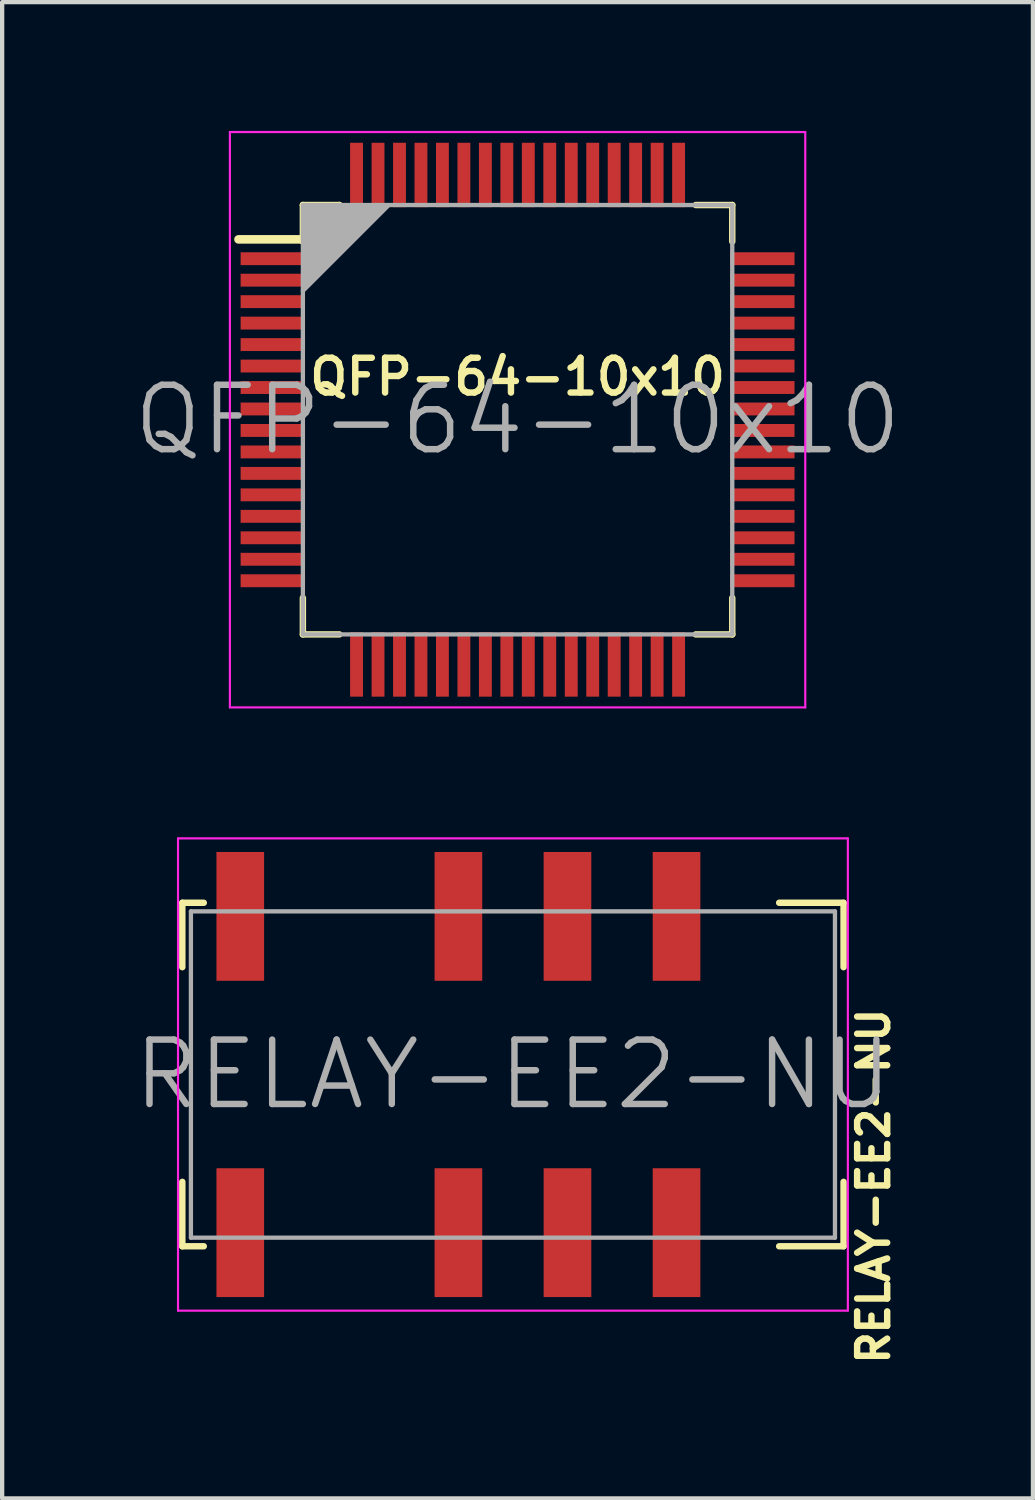
<source format=kicad_pcb>
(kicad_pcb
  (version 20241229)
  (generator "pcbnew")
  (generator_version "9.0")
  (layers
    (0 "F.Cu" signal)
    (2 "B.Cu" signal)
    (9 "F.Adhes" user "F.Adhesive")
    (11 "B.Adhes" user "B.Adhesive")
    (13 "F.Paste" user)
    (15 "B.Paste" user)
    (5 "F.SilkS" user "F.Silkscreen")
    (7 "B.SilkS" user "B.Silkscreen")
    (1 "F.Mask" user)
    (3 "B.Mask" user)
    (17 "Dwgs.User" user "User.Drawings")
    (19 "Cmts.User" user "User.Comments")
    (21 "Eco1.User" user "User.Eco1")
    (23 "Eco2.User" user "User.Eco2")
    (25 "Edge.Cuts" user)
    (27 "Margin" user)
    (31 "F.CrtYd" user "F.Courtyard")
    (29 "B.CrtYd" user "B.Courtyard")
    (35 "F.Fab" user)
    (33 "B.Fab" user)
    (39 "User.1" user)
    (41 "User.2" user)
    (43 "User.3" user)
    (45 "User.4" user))
  (footprint "RELAY-EE2-NU"
    (layer "F.Cu")
    (at 8.896 21.975)
    (property "Reference" "RELAY-EE2-NU" (at 8.4 2.6 90) (layer "F.SilkS") (effects (font (size 0.7 0.7) (thickness 0.15))))
    (attr through_hole)
    (fp_line (start -7.7 -4) (end -7.7 -2.5) (stroke (width 0.15) (type solid)) (layer "F.SilkS"))
    (fp_line (start -7.7 4) (end -7.7 2.5) (stroke (width 0.15) (type solid)) (layer "F.SilkS"))
    (fp_line (start -7.2 -4) (end -7.7 -4) (stroke (width 0.15) (type solid)) (layer "F.SilkS"))
    (fp_line (start -7.2 4) (end -7.7 4) (stroke (width 0.15) (type solid)) (layer "F.SilkS"))
    (fp_line (start 7.7 -4) (end 6.2 -4) (stroke (width 0.15) (type solid)) (layer "F.SilkS"))
    (fp_line (start 7.7 -4) (end 7.7 -2.5) (stroke (width 0.15) (type solid)) (layer "F.SilkS"))
    (fp_line (start 7.7 4) (end 6.2 4) (stroke (width 0.15) (type solid)) (layer "F.SilkS"))
    (fp_line (start 7.7 4) (end 7.7 2.5) (stroke (width 0.15) (type solid)) (layer "F.SilkS"))
    (fp_line (start -7.8 -5.5) (end 7.8 -5.5) (stroke (width 0.05) (type solid)) (layer "F.CrtYd"))
    (fp_line (start -7.8 5.5) (end -7.8 -5.5) (stroke (width 0.05) (type solid)) (layer "F.CrtYd"))
    (fp_line (start 7.8 -5.5) (end 7.8 5.5) (stroke (width 0.05) (type solid)) (layer "F.CrtYd"))
    (fp_line (start 7.8 5.5) (end -7.8 5.5) (stroke (width 0.05) (type solid)) (layer "F.CrtYd"))
    (fp_line (start -7.5 -3.8) (end 7.5 -3.8) (stroke (width 0.1) (type solid)) (layer "F.Fab"))
    (fp_line (start -7.5 3.8) (end -7.5 -3.8) (stroke (width 0.1) (type solid)) (layer "F.Fab"))
    (fp_line (start 7.5 -3.8) (end 7.5 3.8) (stroke (width 0.1) (type solid)) (layer "F.Fab"))
    (fp_line (start 7.5 3.8) (end -7.5 3.8) (stroke (width 0.1) (type solid)) (layer "F.Fab"))
    (fp_text user "${REFERENCE}" (at 0 0 0) (layer "F.Fab") (effects (font (size 1.5 1.5) (thickness 0.15))))
    (pad "1" smd rect (at -6.35 -3.683) (size 1.11 3) (layers "F.Cu" "F.Mask" "F.Paste"))
    (pad "3" smd rect (at -1.27 -3.683) (size 1.11 3) (layers "F.Cu" "F.Mask" "F.Paste"))
    (pad "4" smd rect (at 1.27 -3.683) (size 1.11 3) (layers "F.Cu" "F.Mask" "F.Paste"))
    (pad "5" smd rect (at 3.81 -3.683) (size 1.11 3) (layers "F.Cu" "F.Mask" "F.Paste"))
    (pad "8" smd rect (at 3.81 3.683) (size 1.11 3) (layers "F.Cu" "F.Mask" "F.Paste"))
    (pad "9" smd rect (at 1.27 3.683) (size 1.11 3) (layers "F.Cu" "F.Mask" "F.Paste"))
    (pad "10" smd rect (at -1.27 3.683) (size 1.11 3) (layers "F.Cu" "F.Mask" "F.Paste"))
    (pad "12" smd rect (at -6.35 3.683) (size 1.11 3) (layers "F.Cu" "F.Mask" "F.Paste")))
  (footprint "QFP-64-10x10"
    (layer "F.Cu")
    (at 9.004 6.725)
    (property "Reference" "QFP-64-10x10" (at 0 -1 0) (layer "F.SilkS") (effects (font (size 0.81 0.81) (thickness 0.15))))
    (attr through_hole)
    (fp_line (start -5 -4.2) (end -6.5 -4.2) (stroke (width 0.2) (type solid)) (layer "F.SilkS"))
    (fp_line (start -5 -4.15) (end -5 -5) (stroke (width 0.15) (type solid)) (layer "F.SilkS"))
    (fp_line (start -5 -4.15) (end -4.15 -5) (stroke (width 0.15) (type solid)) (layer "F.SilkS"))
    (fp_line (start -5 4.15) (end -5 5) (stroke (width 0.15) (type solid)) (layer "F.SilkS"))
    (fp_line (start -4.15 -5) (end -5 -5) (stroke (width 0.15) (type solid)) (layer "F.SilkS"))
    (fp_line (start -4.15 5) (end -5 5) (stroke (width 0.15) (type solid)) (layer "F.SilkS"))
    (fp_line (start 4.15 -5) (end 5 -5) (stroke (width 0.15) (type solid)) (layer "F.SilkS"))
    (fp_line (start 4.15 5) (end 5 5) (stroke (width 0.15) (type solid)) (layer "F.SilkS"))
    (fp_line (start 5 -4.15) (end 5 -5) (stroke (width 0.15) (type solid)) (layer "F.SilkS"))
    (fp_line (start 5 4.15) (end 5 5) (stroke (width 0.15) (type solid)) (layer "F.SilkS"))
    (fp_line (start -6.7 -6.7) (end -6.7 6.7) (stroke (width 0.05) (type solid)) (layer "F.CrtYd"))
    (fp_line (start -6.7 6.7) (end 6.7 6.7) (stroke (width 0.05) (type solid)) (layer "F.CrtYd"))
    (fp_line (start 6.7 -6.7) (end -6.7 -6.7) (stroke (width 0.05) (type solid)) (layer "F.CrtYd"))
    (fp_line (start 6.7 6.7) (end 6.7 -6.7) (stroke (width 0.05) (type solid)) (layer "F.CrtYd"))
    (fp_line (start -5 -5) (end 5 -5) (stroke (width 0.1) (type solid)) (layer "F.Fab"))
    (fp_line (start -5 -3) (end -3 -5) (stroke (width 0.1) (type solid)) (layer "F.Fab"))
    (fp_line (start -5 5) (end -5 -5) (stroke (width 0.1) (type solid)) (layer "F.Fab"))
    (fp_line (start -4.9 -4.9) (end -4.9 -3.3) (stroke (width 0.2) (type solid)) (layer "F.Fab"))
    (fp_line (start -4.9 -4.6) (end -4.6 -4.9) (stroke (width 0.2) (type solid)) (layer "F.Fab"))
    (fp_line (start -4.9 -4.2) (end -4.2 -4.9) (stroke (width 0.2) (type solid)) (layer "F.Fab"))
    (fp_line (start -4.9 -3.8) (end -3.8 -4.9) (stroke (width 0.2) (type solid)) (layer "F.Fab"))
    (fp_line (start -4.9 -3.4) (end -3.4 -4.9) (stroke (width 0.2) (type solid)) (layer "F.Fab"))
    (fp_line (start -4.9 -3.2) (end -3.2 -4.9) (stroke (width 0.2) (type solid)) (layer "F.Fab"))
    (fp_line (start -4.8 -4.9) (end -4.9 -4.8) (stroke (width 0.2) (type solid)) (layer "F.Fab"))
    (fp_line (start -4.4 -4.9) (end -4.9 -4.4) (stroke (width 0.2) (type solid)) (layer "F.Fab"))
    (fp_line (start -4 -4.9) (end -4.9 -4) (stroke (width 0.2) (type solid)) (layer "F.Fab"))
    (fp_line (start -3.6 -4.9) (end -4.9 -3.6) (stroke (width 0.2) (type solid)) (layer "F.Fab"))
    (fp_line (start -3.2 -4.9) (end -4.9 -4.9) (stroke (width 0.2) (type solid)) (layer "F.Fab"))
    (fp_line (start 5 -5) (end 5 5) (stroke (width 0.1) (type solid)) (layer "F.Fab"))
    (fp_line (start 5 5) (end -5 5) (stroke (width 0.1) (type solid)) (layer "F.Fab"))
    (fp_text user "${REFERENCE}" (at 0 0 0) (layer "F.Fab") (effects (font (size 1.5 1.5) (thickness 0.15))))
    (pad "1" smd rect (at -5.7 -3.75) (size 1.5 0.3) (layers "F.Cu" "F.Mask" "F.Paste"))
    (pad "2" smd rect (at -5.7 -3.25) (size 1.5 0.3) (layers "F.Cu" "F.Mask" "F.Paste"))
    (pad "3" smd rect (at -5.7 -2.75) (size 1.5 0.3) (layers "F.Cu" "F.Mask" "F.Paste"))
    (pad "4" smd rect (at -5.7 -2.25) (size 1.5 0.3) (layers "F.Cu" "F.Mask" "F.Paste"))
    (pad "5" smd rect (at -5.7 -1.75) (size 1.5 0.3) (layers "F.Cu" "F.Mask" "F.Paste"))
    (pad "6" smd rect (at -5.7 -1.25) (size 1.5 0.3) (layers "F.Cu" "F.Mask" "F.Paste"))
    (pad "7" smd rect (at -5.7 -0.75) (size 1.5 0.3) (layers "F.Cu" "F.Mask" "F.Paste"))
    (pad "8" smd rect (at -5.7 -0.25) (size 1.5 0.3) (layers "F.Cu" "F.Mask" "F.Paste"))
    (pad "9" smd rect (at -5.7 0.25) (size 1.5 0.3) (layers "F.Cu" "F.Mask" "F.Paste"))
    (pad "10" smd rect (at -5.7 0.75) (size 1.5 0.3) (layers "F.Cu" "F.Mask" "F.Paste"))
    (pad "11" smd rect (at -5.7 1.25) (size 1.5 0.3) (layers "F.Cu" "F.Mask" "F.Paste"))
    (pad "12" smd rect (at -5.7 1.75) (size 1.5 0.3) (layers "F.Cu" "F.Mask" "F.Paste"))
    (pad "13" smd rect (at -5.7 2.25) (size 1.5 0.3) (layers "F.Cu" "F.Mask" "F.Paste"))
    (pad "14" smd rect (at -5.7 2.75) (size 1.5 0.3) (layers "F.Cu" "F.Mask" "F.Paste"))
    (pad "15" smd rect (at -5.7 3.25) (size 1.5 0.3) (layers "F.Cu" "F.Mask" "F.Paste"))
    (pad "16" smd rect (at -5.7 3.75) (size 1.5 0.3) (layers "F.Cu" "F.Mask" "F.Paste"))
    (pad "17" smd rect (at -3.75 5.7 90) (size 1.5 0.3) (layers "F.Cu" "F.Mask" "F.Paste"))
    (pad "18" smd rect (at -3.25 5.7 90) (size 1.5 0.3) (layers "F.Cu" "F.Mask" "F.Paste"))
    (pad "19" smd rect (at -2.75 5.7 90) (size 1.5 0.3) (layers "F.Cu" "F.Mask" "F.Paste"))
    (pad "20" smd rect (at -2.25 5.7 90) (size 1.5 0.3) (layers "F.Cu" "F.Mask" "F.Paste"))
    (pad "21" smd rect (at -1.75 5.7 90) (size 1.5 0.3) (layers "F.Cu" "F.Mask" "F.Paste"))
    (pad "22" smd rect (at -1.25 5.7 90) (size 1.5 0.3) (layers "F.Cu" "F.Mask" "F.Paste"))
    (pad "23" smd rect (at -0.75 5.7 90) (size 1.5 0.3) (layers "F.Cu" "F.Mask" "F.Paste"))
    (pad "24" smd rect (at -0.25 5.7 90) (size 1.5 0.3) (layers "F.Cu" "F.Mask" "F.Paste"))
    (pad "25" smd rect (at 0.25 5.7 90) (size 1.5 0.3) (layers "F.Cu" "F.Mask" "F.Paste"))
    (pad "26" smd rect (at 0.75 5.7 90) (size 1.5 0.3) (layers "F.Cu" "F.Mask" "F.Paste"))
    (pad "27" smd rect (at 1.25 5.7 90) (size 1.5 0.3) (layers "F.Cu" "F.Mask" "F.Paste"))
    (pad "28" smd rect (at 1.75 5.7 90) (size 1.5 0.3) (layers "F.Cu" "F.Mask" "F.Paste"))
    (pad "29" smd rect (at 2.25 5.7 90) (size 1.5 0.3) (layers "F.Cu" "F.Mask" "F.Paste"))
    (pad "30" smd rect (at 2.75 5.7 90) (size 1.5 0.3) (layers "F.Cu" "F.Mask" "F.Paste"))
    (pad "31" smd rect (at 3.25 5.7 90) (size 1.5 0.3) (layers "F.Cu" "F.Mask" "F.Paste"))
    (pad "32" smd rect (at 3.75 5.7 90) (size 1.5 0.3) (layers "F.Cu" "F.Mask" "F.Paste"))
    (pad "33" smd rect (at 5.7 3.75) (size 1.5 0.3) (layers "F.Cu" "F.Mask" "F.Paste"))
    (pad "34" smd rect (at 5.7 3.25) (size 1.5 0.3) (layers "F.Cu" "F.Mask" "F.Paste"))
    (pad "35" smd rect (at 5.7 2.75) (size 1.5 0.3) (layers "F.Cu" "F.Mask" "F.Paste"))
    (pad "36" smd rect (at 5.7 2.25) (size 1.5 0.3) (layers "F.Cu" "F.Mask" "F.Paste"))
    (pad "37" smd rect (at 5.7 1.75) (size 1.5 0.3) (layers "F.Cu" "F.Mask" "F.Paste"))
    (pad "38" smd rect (at 5.7 1.25) (size 1.5 0.3) (layers "F.Cu" "F.Mask" "F.Paste"))
    (pad "39" smd rect (at 5.7 0.75) (size 1.5 0.3) (layers "F.Cu" "F.Mask" "F.Paste"))
    (pad "40" smd rect (at 5.7 0.25) (size 1.5 0.3) (layers "F.Cu" "F.Mask" "F.Paste"))
    (pad "41" smd rect (at 5.7 -0.25) (size 1.5 0.3) (layers "F.Cu" "F.Mask" "F.Paste"))
    (pad "42" smd rect (at 5.7 -0.75) (size 1.5 0.3) (layers "F.Cu" "F.Mask" "F.Paste"))
    (pad "43" smd rect (at 5.7 -1.25) (size 1.5 0.3) (layers "F.Cu" "F.Mask" "F.Paste"))
    (pad "44" smd rect (at 5.7 -1.75) (size 1.5 0.3) (layers "F.Cu" "F.Mask" "F.Paste"))
    (pad "45" smd rect (at 5.7 -2.25) (size 1.5 0.3) (layers "F.Cu" "F.Mask" "F.Paste"))
    (pad "46" smd rect (at 5.7 -2.75) (size 1.5 0.3) (layers "F.Cu" "F.Mask" "F.Paste"))
    (pad "47" smd rect (at 5.7 -3.25) (size 1.5 0.3) (layers "F.Cu" "F.Mask" "F.Paste"))
    (pad "48" smd rect (at 5.7 -3.75) (size 1.5 0.3) (layers "F.Cu" "F.Mask" "F.Paste"))
    (pad "49" smd rect (at 3.75 -5.7 90) (size 1.5 0.3) (layers "F.Cu" "F.Mask" "F.Paste"))
    (pad "50" smd rect (at 3.25 -5.7 90) (size 1.5 0.3) (layers "F.Cu" "F.Mask" "F.Paste"))
    (pad "51" smd rect (at 2.75 -5.7 90) (size 1.5 0.3) (layers "F.Cu" "F.Mask" "F.Paste"))
    (pad "52" smd rect (at 2.25 -5.7 90) (size 1.5 0.3) (layers "F.Cu" "F.Mask" "F.Paste"))
    (pad "53" smd rect (at 1.75 -5.7 90) (size 1.5 0.3) (layers "F.Cu" "F.Mask" "F.Paste"))
    (pad "54" smd rect (at 1.25 -5.7 90) (size 1.5 0.3) (layers "F.Cu" "F.Mask" "F.Paste"))
    (pad "55" smd rect (at 0.75 -5.7 90) (size 1.5 0.3) (layers "F.Cu" "F.Mask" "F.Paste"))
    (pad "56" smd rect (at 0.25 -5.7 90) (size 1.5 0.3) (layers "F.Cu" "F.Mask" "F.Paste"))
    (pad "57" smd rect (at -0.25 -5.7 90) (size 1.5 0.3) (layers "F.Cu" "F.Mask" "F.Paste"))
    (pad "58" smd rect (at -0.75 -5.7 90) (size 1.5 0.3) (layers "F.Cu" "F.Mask" "F.Paste"))
    (pad "59" smd rect (at -1.25 -5.7 90) (size 1.5 0.3) (layers "F.Cu" "F.Mask" "F.Paste"))
    (pad "60" smd rect (at -1.75 -5.7 90) (size 1.5 0.3) (layers "F.Cu" "F.Mask" "F.Paste"))
    (pad "61" smd rect (at -2.25 -5.7 90) (size 1.5 0.3) (layers "F.Cu" "F.Mask" "F.Paste"))
    (pad "62" smd rect (at -2.75 -5.7 90) (size 1.5 0.3) (layers "F.Cu" "F.Mask" "F.Paste"))
    (pad "63" smd rect (at -3.25 -5.7 90) (size 1.5 0.3) (layers "F.Cu" "F.Mask" "F.Paste"))
    (pad "64" smd rect (at -3.75 -5.7 90) (size 1.5 0.3) (layers "F.Cu" "F.Mask" "F.Paste")))
  (gr_rect
    (start -3 -3)
    (end 21.007 31.847)
    (stroke (width 0.1) (type default))
    (fill no)
    (layer "Edge.Cuts")))
</source>
